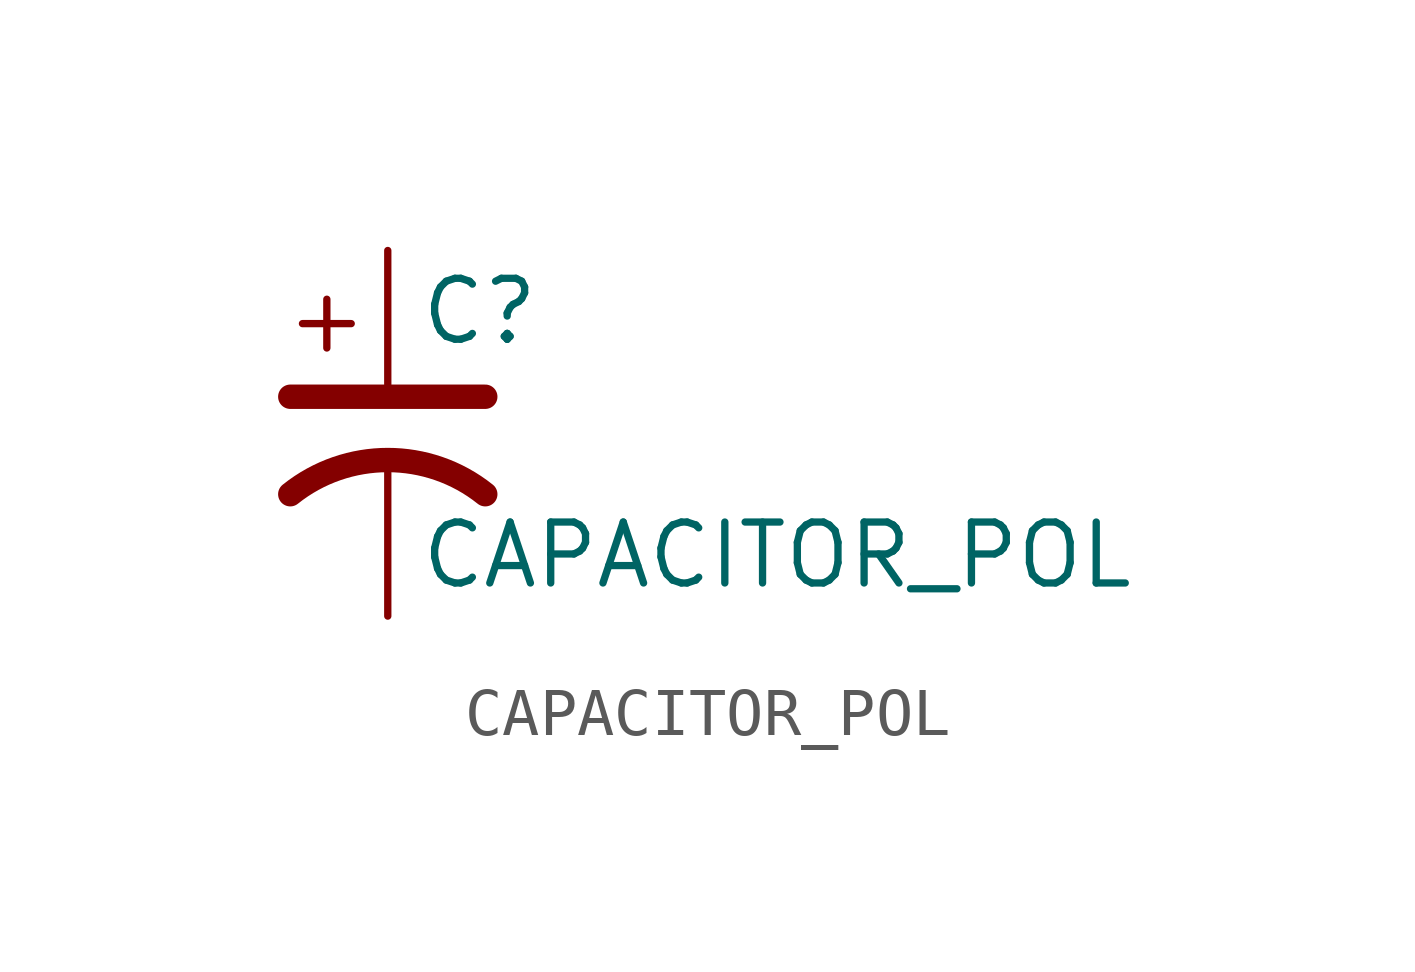
<source format=kicad_sym>
(kicad_symbol_lib
  (version 20201005)
  (generator kicad_symbol_editor)
  (symbol "CAPACITOR_POL"
    (pin_numbers hide)
    (pin_names
      (offset 0.254) hide)
    (property "Reference" "C"
      (at 0.635 2.54 0)
      (effects (font (size 1.27 1.27)) (justify left)))
    (property "Value" "CAPACITOR_POL"
      (at 0.635 -2.54 0)
      (effects (font (size 1.27 1.27)) (justify left)))
    (symbol "CAPACITOR_POL_0_1"
      (arc (start -2.032 -1.27) (end 2.032 -1.27) (radius (at 0 -3.81) (length 3.2512) (angles 128.7 51.3)) (stroke (width 0.508)) (fill (type none)))
      (polyline (pts (xy -2.032 0.762) (xy 2.032 0.762)) (stroke (width 0.508)) (fill (type none)))
      (polyline (pts (xy -1.778 2.286) (xy -0.762 2.286)) (stroke (width 0)) (fill (type none)))
      (polyline (pts (xy -1.27 1.778) (xy -1.27 2.794)) (stroke (width 0)) (fill (type none))))
    (symbol "CAPACITOR_POL_1_1"
      (pin passive line (at 0 3.81 270) (length 2.794) (name "~" (effects (font (size 1.016 1.016)))) (number "1" (effects (font (size 1.016 1.016)))))
      (pin passive line (at 0 -3.81 90) (length 3.302) (name "~" (effects (font (size 1.016 1.016)))) (number "2" (effects (font (size 1.016 1.016))))))))
</source>
